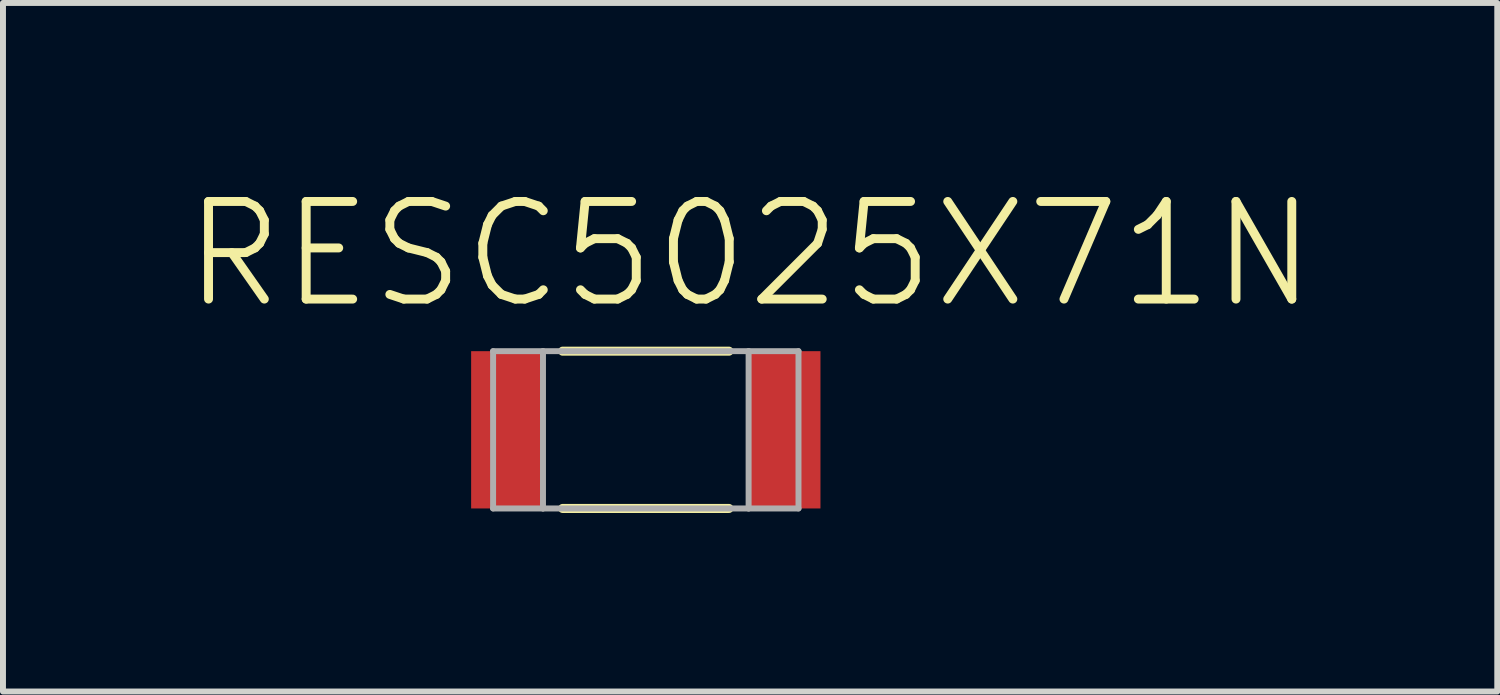
<source format=kicad_pcb>
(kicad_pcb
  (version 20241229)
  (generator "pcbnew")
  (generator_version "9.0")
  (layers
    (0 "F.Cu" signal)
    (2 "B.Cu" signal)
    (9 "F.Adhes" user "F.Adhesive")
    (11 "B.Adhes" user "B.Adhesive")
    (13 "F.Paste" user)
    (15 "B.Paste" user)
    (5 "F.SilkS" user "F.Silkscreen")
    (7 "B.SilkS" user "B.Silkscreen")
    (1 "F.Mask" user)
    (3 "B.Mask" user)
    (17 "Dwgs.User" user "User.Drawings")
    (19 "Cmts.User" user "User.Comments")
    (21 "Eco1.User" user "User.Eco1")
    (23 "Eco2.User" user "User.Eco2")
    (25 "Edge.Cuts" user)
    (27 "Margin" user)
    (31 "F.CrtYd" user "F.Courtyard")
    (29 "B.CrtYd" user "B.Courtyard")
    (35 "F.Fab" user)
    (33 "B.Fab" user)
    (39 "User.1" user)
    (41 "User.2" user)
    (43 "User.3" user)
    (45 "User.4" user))
  (footprint "RESC5025X71N"
    (layer "F.Cu")
    (at 7.798 4.17)
    (property "Reference" "RESC5025X71N" (at 1.753 -2.947 0) (layer "F.SilkS") (effects (font (size 1.64 1.64) (thickness 0.15))))
    (attr through_hole)
    (fp_line (start -1.397 1.321) (end 1.397 1.321) (stroke (width 0.152) (type solid)) (layer "F.SilkS"))
    (fp_line (start 1.397 -1.321) (end -1.397 -1.321) (stroke (width 0.152) (type solid)) (layer "F.SilkS"))
    (fp_line (start -2.565 -1.321) (end -2.565 1.321) (stroke (width 0.1) (type solid)) (layer "F.Fab"))
    (fp_line (start -2.565 1.321) (end -1.727 1.321) (stroke (width 0.1) (type solid)) (layer "F.Fab"))
    (fp_line (start -1.727 -1.321) (end -2.565 -1.321) (stroke (width 0.1) (type solid)) (layer "F.Fab"))
    (fp_line (start -1.727 1.321) (end -1.727 -1.321) (stroke (width 0.1) (type solid)) (layer "F.Fab"))
    (fp_line (start -1.727 1.321) (end 1.727 1.321) (stroke (width 0.1) (type solid)) (layer "F.Fab"))
    (fp_line (start 1.727 -1.321) (end -1.727 -1.321) (stroke (width 0.1) (type solid)) (layer "F.Fab"))
    (fp_line (start 1.727 -1.321) (end 1.727 1.321) (stroke (width 0.1) (type solid)) (layer "F.Fab"))
    (fp_line (start 1.727 1.321) (end 2.565 1.321) (stroke (width 0.1) (type solid)) (layer "F.Fab"))
    (fp_line (start 2.565 -1.321) (end 1.727 -1.321) (stroke (width 0.1) (type solid)) (layer "F.Fab"))
    (fp_line (start 2.565 1.321) (end 2.565 -1.321) (stroke (width 0.1) (type solid)) (layer "F.Fab"))
    (pad "1" smd rect (at -2.337 0) (size 1.194 2.642) (layers "F.Cu" "F.Mask" "F.Paste"))
    (pad "2" smd rect (at 2.337 0) (size 1.194 2.642) (layers "F.Cu" "F.Mask" "F.Paste")))
  (gr_rect
    (start -3 -3)
    (end 22.101 8.566)
    (stroke (width 0.1) (type default))
    (fill no)
    (layer "Edge.Cuts")))
</source>
